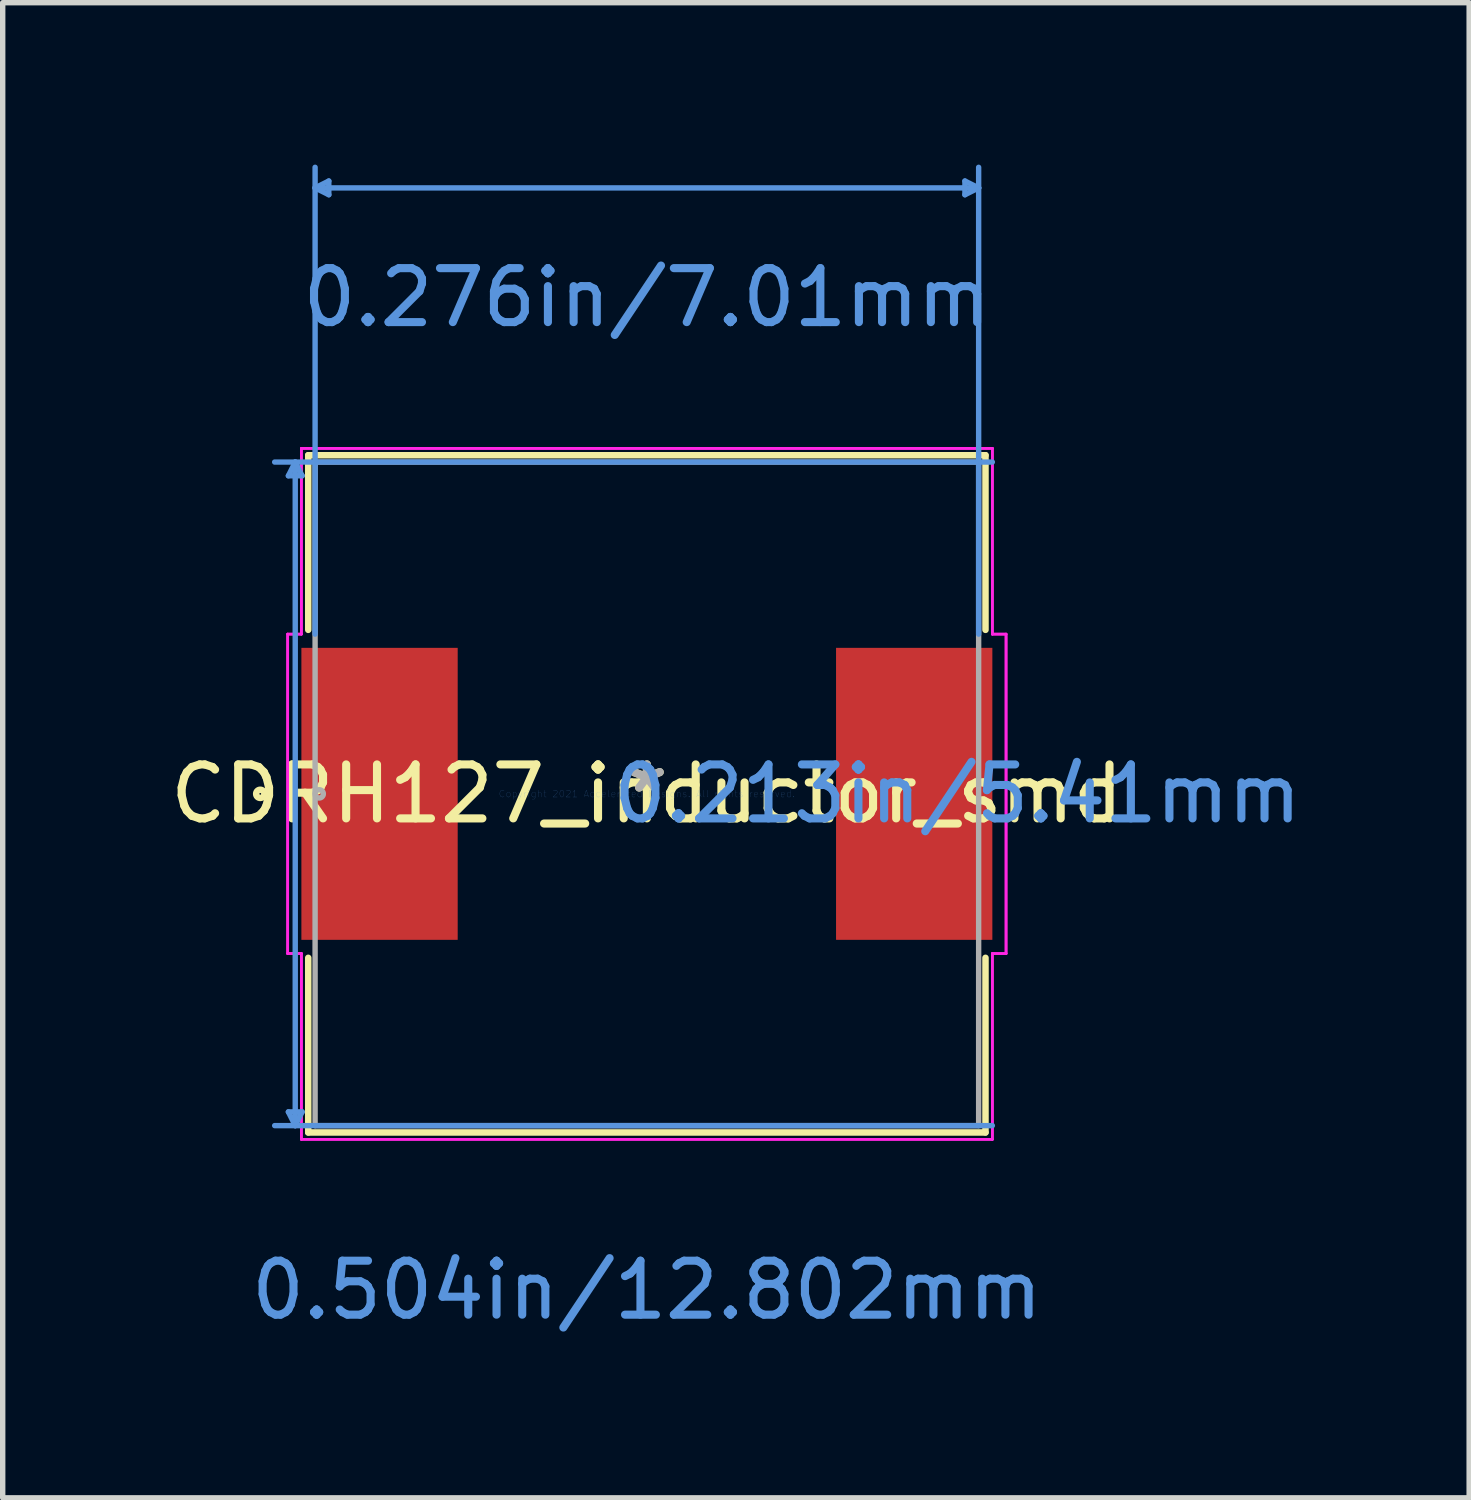
<source format=kicad_pcb>
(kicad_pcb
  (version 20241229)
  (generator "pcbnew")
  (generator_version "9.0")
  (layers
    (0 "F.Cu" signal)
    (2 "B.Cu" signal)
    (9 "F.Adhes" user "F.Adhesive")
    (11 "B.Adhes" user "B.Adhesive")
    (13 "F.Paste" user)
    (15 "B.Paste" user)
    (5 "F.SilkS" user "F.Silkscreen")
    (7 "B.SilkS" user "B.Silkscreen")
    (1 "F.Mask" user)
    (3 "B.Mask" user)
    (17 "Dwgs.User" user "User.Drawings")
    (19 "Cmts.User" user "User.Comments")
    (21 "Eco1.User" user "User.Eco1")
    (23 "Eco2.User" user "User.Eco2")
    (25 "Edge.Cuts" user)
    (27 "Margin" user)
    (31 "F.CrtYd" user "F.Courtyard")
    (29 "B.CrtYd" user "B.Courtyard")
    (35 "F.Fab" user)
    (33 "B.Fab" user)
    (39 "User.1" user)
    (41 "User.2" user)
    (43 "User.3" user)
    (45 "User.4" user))
  (footprint "CDRH127_inductor_smd"
    (layer "F.Cu")
    (at 8.935 11.658)
    (property "Reference" "CDRH127_inductor_smd" (at 0 0 0) (layer "F.SilkS") (effects (font (size 1 1) (thickness 0.15))))
    (attr through_hole)
    (fp_line (start -6.274 -6.274) (end -6.274 -3.038) (stroke (width 0.12) (type solid)) (layer "F.SilkS"))
    (fp_line (start -6.274 3.038) (end -6.274 6.274) (stroke (width 0.12) (type solid)) (layer "F.SilkS"))
    (fp_line (start -6.274 6.274) (end 6.274 6.274) (stroke (width 0.12) (type solid)) (layer "F.SilkS"))
    (fp_line (start 6.274 -6.274) (end -6.274 -6.274) (stroke (width 0.12) (type solid)) (layer "F.SilkS"))
    (fp_line (start 6.274 -3.038) (end 6.274 -6.274) (stroke (width 0.12) (type solid)) (layer "F.SilkS"))
    (fp_line (start 6.274 6.274) (end 6.274 3.038) (stroke (width 0.12) (type solid)) (layer "F.SilkS"))
    (fp_circle (center -7.163 0) (end -7.087 0) (stroke (width 0.12) (type solid)) (fill no) (layer "F.SilkS"))
    (fp_line (start -6.642 -5.893) (end -6.388 -5.893) (stroke (width 0.1) (type solid)) (layer "Cmts.User"))
    (fp_line (start -6.642 5.893) (end -6.388 5.893) (stroke (width 0.1) (type solid)) (layer "Cmts.User"))
    (fp_line (start -6.515 -6.147) (end -6.642 -5.893) (stroke (width 0.1) (type solid)) (layer "Cmts.User"))
    (fp_line (start -6.515 -6.147) (end -6.515 6.147) (stroke (width 0.1) (type solid)) (layer "Cmts.User"))
    (fp_line (start -6.515 -6.147) (end -6.388 -5.893) (stroke (width 0.1) (type solid)) (layer "Cmts.User"))
    (fp_line (start -6.515 6.147) (end -6.642 5.893) (stroke (width 0.1) (type solid)) (layer "Cmts.User"))
    (fp_line (start -6.515 6.147) (end -6.388 5.893) (stroke (width 0.1) (type solid)) (layer "Cmts.User"))
    (fp_line (start -6.147 -11.227) (end -5.893 -11.354) (stroke (width 0.1) (type solid)) (layer "Cmts.User"))
    (fp_line (start -6.147 -11.227) (end -5.893 -11.1) (stroke (width 0.1) (type solid)) (layer "Cmts.User"))
    (fp_line (start -6.147 -11.227) (end 6.147 -11.227) (stroke (width 0.1) (type solid)) (layer "Cmts.User"))
    (fp_line (start -6.147 -2.959) (end -6.147 -11.608) (stroke (width 0.1) (type solid)) (layer "Cmts.User"))
    (fp_line (start -5.893 -11.354) (end -5.893 -11.1) (stroke (width 0.1) (type solid)) (layer "Cmts.User"))
    (fp_line (start 5.893 -11.354) (end 5.893 -11.1) (stroke (width 0.1) (type solid)) (layer "Cmts.User"))
    (fp_line (start 6.147 -11.227) (end 5.893 -11.354) (stroke (width 0.1) (type solid)) (layer "Cmts.User"))
    (fp_line (start 6.147 -11.227) (end 5.893 -11.1) (stroke (width 0.1) (type solid)) (layer "Cmts.User"))
    (fp_line (start 6.147 -2.959) (end 6.147 -11.608) (stroke (width 0.1) (type solid)) (layer "Cmts.User"))
    (fp_line (start 6.401 -6.147) (end -6.896 -6.147) (stroke (width 0.1) (type solid)) (layer "Cmts.User"))
    (fp_line (start 6.401 6.147) (end -6.896 6.147) (stroke (width 0.1) (type solid)) (layer "Cmts.User"))
    (fp_line (start -6.655 -2.959) (end -6.401 -2.959) (stroke (width 0.05) (type solid)) (layer "F.CrtYd"))
    (fp_line (start -6.655 -2.959) (end -6.401 -2.959) (stroke (width 0.05) (type solid)) (layer "F.CrtYd"))
    (fp_line (start -6.655 2.959) (end -6.655 -2.959) (stroke (width 0.05) (type solid)) (layer "F.CrtYd"))
    (fp_line (start -6.655 2.959) (end -6.655 -2.959) (stroke (width 0.05) (type solid)) (layer "F.CrtYd"))
    (fp_line (start -6.401 -6.401) (end 6.401 -6.401) (stroke (width 0.05) (type solid)) (layer "F.CrtYd"))
    (fp_line (start -6.401 -6.401) (end 6.401 -6.401) (stroke (width 0.05) (type solid)) (layer "F.CrtYd"))
    (fp_line (start -6.401 -2.959) (end -6.401 -6.401) (stroke (width 0.05) (type solid)) (layer "F.CrtYd"))
    (fp_line (start -6.401 -2.959) (end -6.401 -6.401) (stroke (width 0.05) (type solid)) (layer "F.CrtYd"))
    (fp_line (start -6.401 2.959) (end -6.655 2.959) (stroke (width 0.05) (type solid)) (layer "F.CrtYd"))
    (fp_line (start -6.401 2.959) (end -6.655 2.959) (stroke (width 0.05) (type solid)) (layer "F.CrtYd"))
    (fp_line (start -6.401 6.401) (end -6.401 2.959) (stroke (width 0.05) (type solid)) (layer "F.CrtYd"))
    (fp_line (start -6.401 6.401) (end -6.401 2.959) (stroke (width 0.05) (type solid)) (layer "F.CrtYd"))
    (fp_line (start 6.401 -6.401) (end 6.401 -2.959) (stroke (width 0.05) (type solid)) (layer "F.CrtYd"))
    (fp_line (start 6.401 -6.401) (end 6.401 -2.959) (stroke (width 0.05) (type solid)) (layer "F.CrtYd"))
    (fp_line (start 6.401 -2.959) (end 6.655 -2.959) (stroke (width 0.05) (type solid)) (layer "F.CrtYd"))
    (fp_line (start 6.401 -2.959) (end 6.655 -2.959) (stroke (width 0.05) (type solid)) (layer "F.CrtYd"))
    (fp_line (start 6.401 2.959) (end 6.401 6.401) (stroke (width 0.05) (type solid)) (layer "F.CrtYd"))
    (fp_line (start 6.401 2.959) (end 6.401 6.401) (stroke (width 0.05) (type solid)) (layer "F.CrtYd"))
    (fp_line (start 6.401 6.401) (end -6.401 6.401) (stroke (width 0.05) (type solid)) (layer "F.CrtYd"))
    (fp_line (start 6.401 6.401) (end -6.401 6.401) (stroke (width 0.05) (type solid)) (layer "F.CrtYd"))
    (fp_line (start 6.655 -2.959) (end 6.655 2.959) (stroke (width 0.05) (type solid)) (layer "F.CrtYd"))
    (fp_line (start 6.655 -2.959) (end 6.655 2.959) (stroke (width 0.05) (type solid)) (layer "F.CrtYd"))
    (fp_line (start 6.655 2.959) (end 6.401 2.959) (stroke (width 0.05) (type solid)) (layer "F.CrtYd"))
    (fp_line (start 6.655 2.959) (end 6.401 2.959) (stroke (width 0.05) (type solid)) (layer "F.CrtYd"))
    (fp_line (start -6.147 -6.147) (end -6.147 6.147) (stroke (width 0.1) (type solid)) (layer "F.Fab"))
    (fp_line (start -6.147 6.147) (end 6.147 6.147) (stroke (width 0.1) (type solid)) (layer "F.Fab"))
    (fp_line (start 6.147 -6.147) (end -6.147 -6.147) (stroke (width 0.1) (type solid)) (layer "F.Fab"))
    (fp_line (start 6.147 6.147) (end 6.147 -6.147) (stroke (width 0.1) (type solid)) (layer "F.Fab"))
    (fp_circle (center -6.071 0) (end -5.994 0) (stroke (width 0.1) (type solid)) (fill no) (layer "F.Fab"))
    (fp_text user "*" (at 0 0 0) (layer "F.SilkS") (effects (font (size 1 1) (thickness 0.15))))
    (fp_text user "0.213in/5.41mm" (at 5.753 0 0) (layer "Cmts.User") (effects (font (size 1 1) (thickness 0.15))))
    (fp_text user "0.276in/7.01mm" (at 0 -9.195 0) (layer "Cmts.User") (effects (font (size 1 1) (thickness 0.15))))
    (fp_text user "0.504in/12.802mm" (at 0 9.195 0) (layer "Cmts.User") (effects (font (size 1 1) (thickness 0.15))))
    (fp_text user "Copyright 2021 Accelerated Designs. All rights reserved." (at 0 0 0) (layer "Cmts.User") (effects (font (size 0.127 0.127) (thickness 0.002))))
    (fp_text user "*" (at 0 0 0) (layer "F.Fab") (effects (font (size 1 1) (thickness 0.15))))
    (pad "1" smd rect (at -4.953 0) (size 2.896 5.41) (layers "F.Cu" "F.Mask" "F.Paste"))
    (pad "2" smd rect (at 4.953 0) (size 2.896 5.41) (layers "F.Cu" "F.Mask" "F.Paste")))
  (gr_rect
    (start -3 -3)
    (end 24.17 24.701)
    (stroke (width 0.1) (type default))
    (fill no)
    (layer "Edge.Cuts")))
</source>
